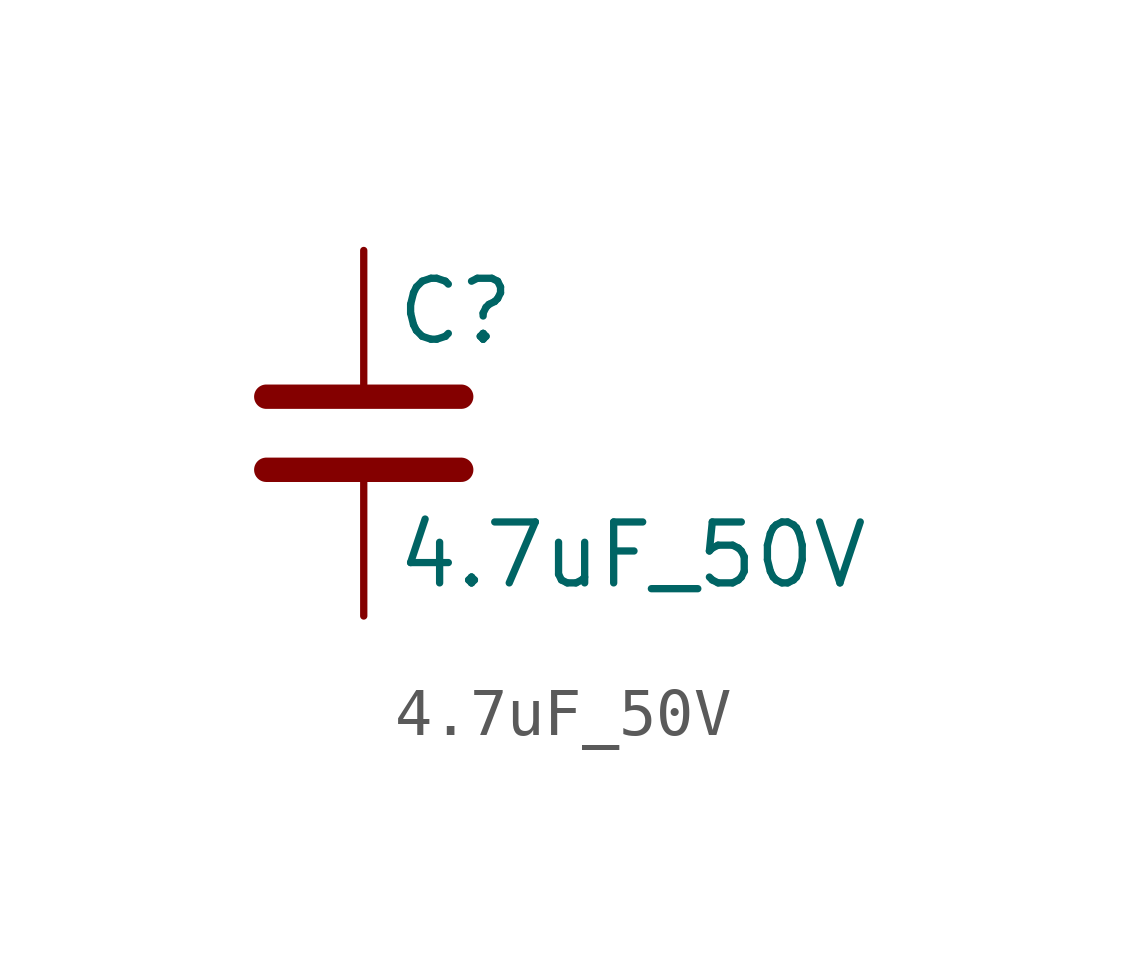
<source format=kicad_sym>
(kicad_symbol_lib
  (version 20220914)
  (generator kicad_db_lib)
  (symbol "4.7uF_50V"
    (pin_numbers hide)
    (pin_names
      (offset 0.254))
    (property "Reference" "C"
      (at 0.635 2.54 0)
      (effects (font (size 1.27 1.27)) (justify left)))
    (property "Value" "4.7uF_50V"
      (at 0.635 -2.54 0)
      (effects (font (size 1.27 1.27)) (justify left)))
    (symbol "4.7uF_50V_0_1"
      (polyline (pts (xy -2.032 -0.762) (xy 2.032 -0.762)) (stroke (width 0.508) (type default)) (fill (type none)))
      (polyline (pts (xy -2.032 0.762) (xy 2.032 0.762)) (stroke (width 0.508) (type default)) (fill (type none))))
    (symbol "4.7uF_50V_1_1"
      (pin passive line (at 0 3.81 270) (length 2.794) (name "~" (effects (font (size 1.27 1.27)))) (number "1" (effects (font (size 1.27 1.27)))))
      (pin passive line (at 0 -3.81 90) (length 2.794) (name "~" (effects (font (size 1.27 1.27)))) (number "2" (effects (font (size 1.27 1.27))))))))
</source>
